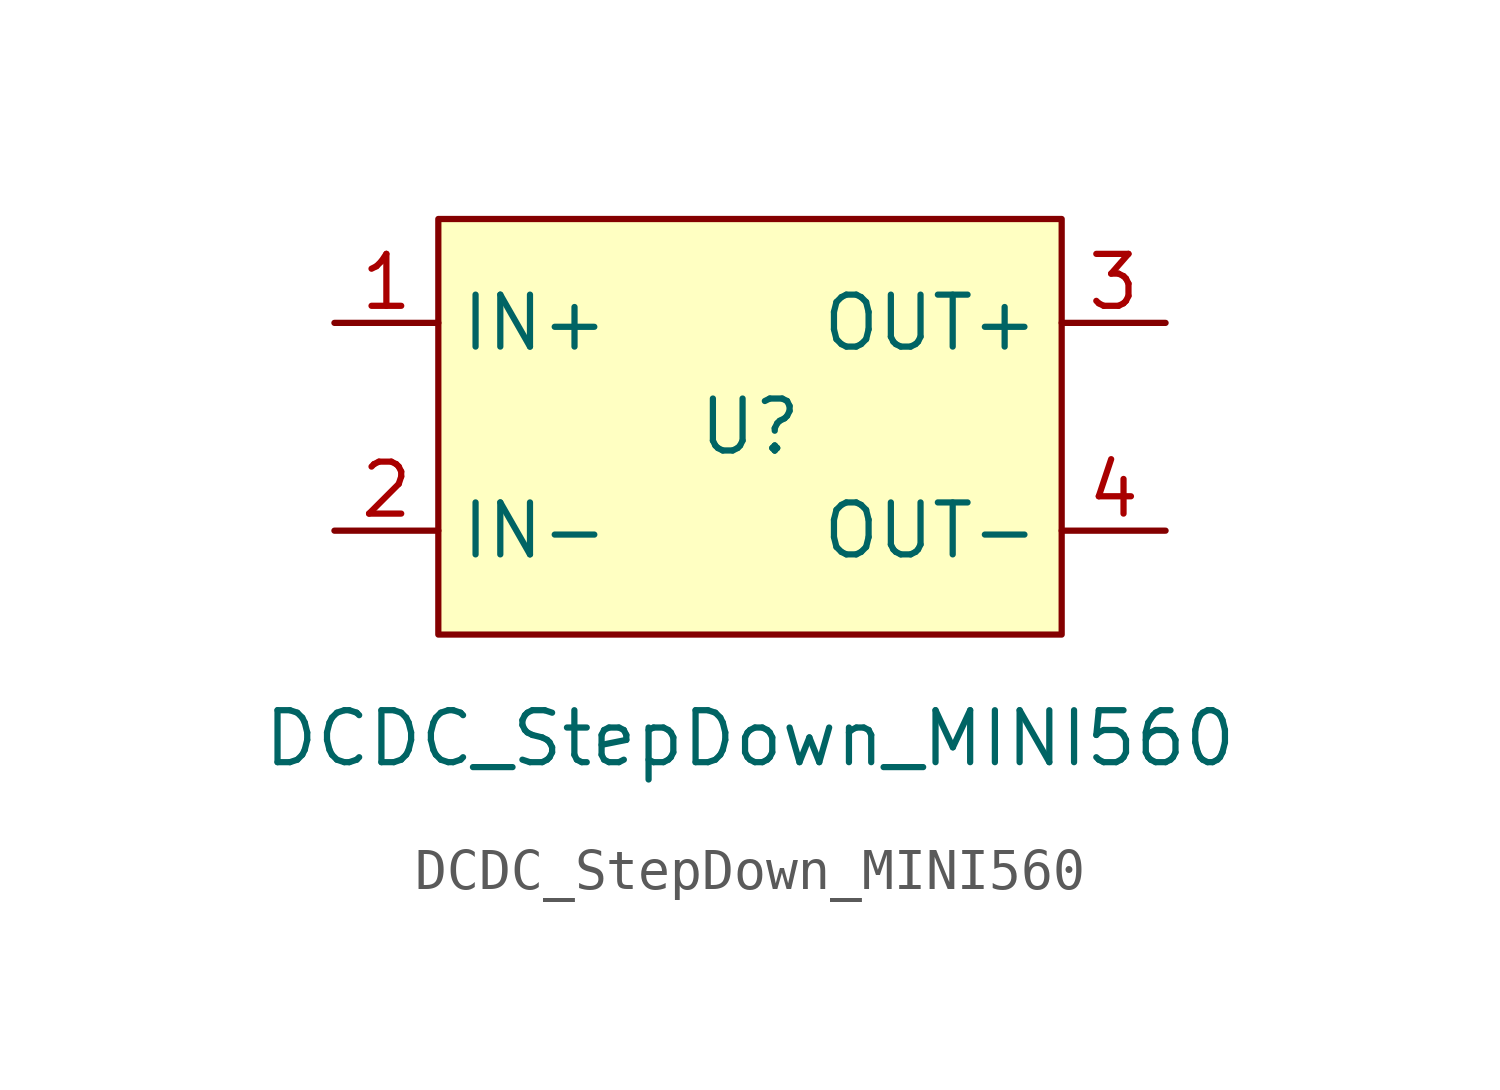
<source format=kicad_sym>
(kicad_symbol_lib
  (version 20220914)
  (generator kicad_symbol_editor)
  (symbol "DCDC_StepDown_MINI560"
    (property "Reference" "U"
      (at 10.16 -5.08 0)
      (effects (font (size 1.27 1.27))))
    (property "Value" "DCDC_StepDown_MINI560"
      (at 10.16 -12.7 0)
      (effects (font (size 1.27 1.27))))
    (symbol "DCDC_StepDown_MINI560_1_1"
      (rectangle (start 2.54 0) (end 17.78 -10.16) (stroke (width 0) (type default)) (fill (type background)))
      (pin input line (at 0 -2.54 0) (length 2.54) (name "IN+" (effects (font (size 1.27 1.27)))) (number "1" (effects (font (size 1.27 1.27)))))
      (pin input line (at 0 -7.62 0) (length 2.54) (name "IN-" (effects (font (size 1.27 1.27)))) (number "2" (effects (font (size 1.27 1.27)))))
      (pin output line (at 20.32 -2.54 180) (length 2.54) (name "OUT+" (effects (font (size 1.27 1.27)))) (number "3" (effects (font (size 1.27 1.27)))))
      (pin output line (at 20.32 -7.62 180) (length 2.54) (name "OUT-" (effects (font (size 1.27 1.27)))) (number "4" (effects (font (size 1.27 1.27))))))))
</source>
